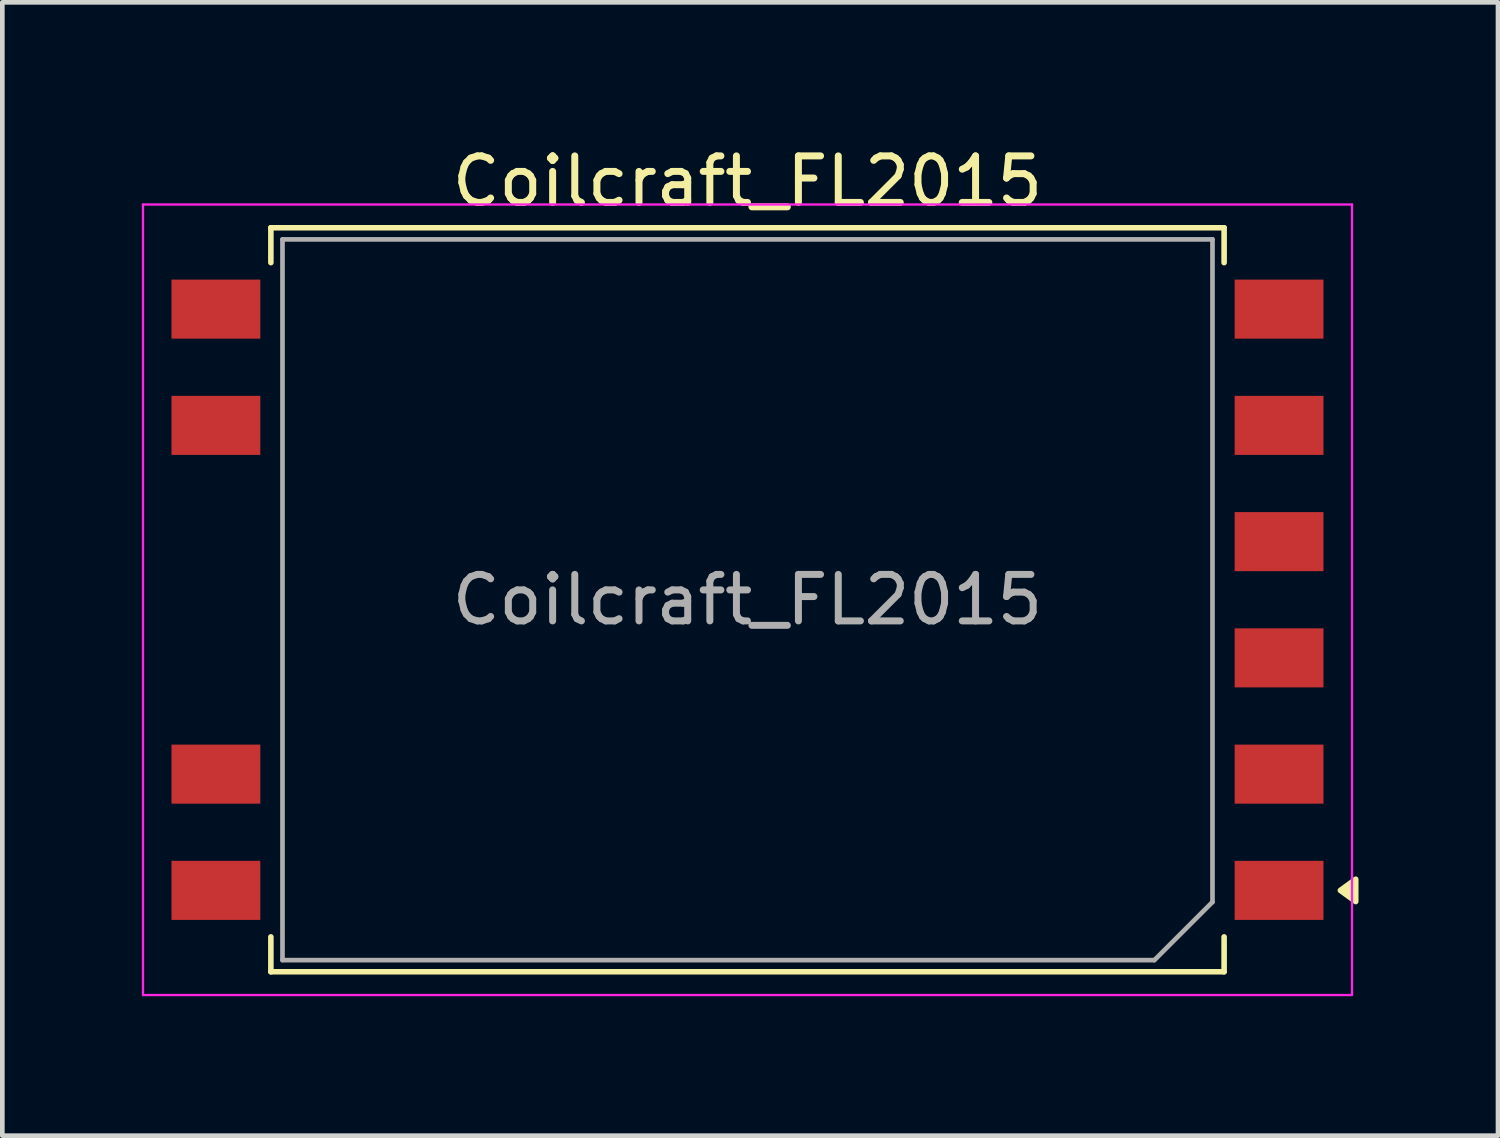
<source format=kicad_pcb>
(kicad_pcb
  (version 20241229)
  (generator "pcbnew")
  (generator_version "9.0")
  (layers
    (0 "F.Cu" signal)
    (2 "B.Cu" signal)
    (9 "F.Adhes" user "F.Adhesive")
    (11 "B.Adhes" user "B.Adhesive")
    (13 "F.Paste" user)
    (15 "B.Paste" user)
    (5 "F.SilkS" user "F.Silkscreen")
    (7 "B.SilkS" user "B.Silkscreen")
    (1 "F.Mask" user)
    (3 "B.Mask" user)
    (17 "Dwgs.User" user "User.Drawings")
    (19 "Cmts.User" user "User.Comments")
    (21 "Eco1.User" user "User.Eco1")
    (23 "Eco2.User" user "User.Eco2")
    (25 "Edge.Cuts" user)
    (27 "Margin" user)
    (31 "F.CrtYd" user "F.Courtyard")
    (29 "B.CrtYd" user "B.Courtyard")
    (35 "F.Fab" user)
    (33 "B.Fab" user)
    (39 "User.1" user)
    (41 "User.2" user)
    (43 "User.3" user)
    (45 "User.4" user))
  (footprint "Coilcraft_FL2015"
    (layer "F.Cu")
    (at 13.025 9.848)
    (property "Reference" "Coilcraft_FL2015" (at 0 -9 0) (layer "F.SilkS") (effects (font (size 1 1) (thickness 0.15))))
    (attr smd)
    (fp_line (start -10.25 -8) (end 10.25 -8) (stroke (width 0.12) (type solid)) (layer "F.SilkS"))
    (fp_line (start -10.25 -7.25) (end -10.25 -8) (stroke (width 0.12) (type solid)) (layer "F.SilkS"))
    (fp_line (start -10.25 7.25) (end -10.25 8) (stroke (width 0.12) (type solid)) (layer "F.SilkS"))
    (fp_line (start -10.25 8) (end 10.25 8) (stroke (width 0.12) (type solid)) (layer "F.SilkS"))
    (fp_line (start 10.25 -7.25) (end 10.25 -8) (stroke (width 0.12) (type solid)) (layer "F.SilkS"))
    (fp_line (start 10.25 7.25) (end 10.25 8) (stroke (width 0.12) (type solid)) (layer "F.SilkS"))
    (fp_poly (pts (xy 12.75 6.25) (xy 13.08 6.01) (xy 13.08 6.49) (xy 12.75 6.25)) (stroke (width 0.12) (type solid)) (fill yes) (layer "F.SilkS"))
    (fp_line (start -13 -8.5) (end 13 -8.5) (stroke (width 0.05) (type solid)) (layer "F.CrtYd"))
    (fp_line (start -13 8.5) (end -13 -8.5) (stroke (width 0.05) (type solid)) (layer "F.CrtYd"))
    (fp_line (start -13 8.5) (end 13 8.5) (stroke (width 0.05) (type solid)) (layer "F.CrtYd"))
    (fp_line (start 13 -8.5) (end 13 8.5) (stroke (width 0.05) (type solid)) (layer "F.CrtYd"))
    (fp_line (start -10 -7.75) (end 10 -7.75) (stroke (width 0.1) (type solid)) (layer "F.Fab"))
    (fp_line (start -10 7.75) (end -10 -7.75) (stroke (width 0.1) (type solid)) (layer "F.Fab"))
    (fp_line (start 8.75 7.75) (end -10 7.75) (stroke (width 0.1) (type solid)) (layer "F.Fab"))
    (fp_line (start 10 -7.75) (end 10 6.5) (stroke (width 0.1) (type solid)) (layer "F.Fab"))
    (fp_line (start 10 6.5) (end 8.75 7.75) (stroke (width 0.1) (type solid)) (layer "F.Fab"))
    (fp_text user "${REFERENCE}" (at 0 0 0) (layer "F.Fab") (effects (font (size 1 1) (thickness 0.15))))
    (pad "1" smd rect (at 11.432 6.25) (size 1.91 1.27) (layers "F.Cu" "F.Mask" "F.Paste"))
    (pad "2" smd rect (at 11.432 3.75) (size 1.91 1.27) (layers "F.Cu" "F.Mask" "F.Paste"))
    (pad "3" smd rect (at 11.432 1.25) (size 1.91 1.27) (layers "F.Cu" "F.Mask" "F.Paste"))
    (pad "4" smd rect (at 11.432 -1.25) (size 1.91 1.27) (layers "F.Cu" "F.Mask" "F.Paste"))
    (pad "5" smd rect (at 11.432 -3.75) (size 1.91 1.27) (layers "F.Cu" "F.Mask" "F.Paste"))
    (pad "6" smd rect (at 11.432 -6.25) (size 1.91 1.27) (layers "F.Cu" "F.Mask" "F.Paste"))
    (pad "7" smd rect (at -11.432 -6.25) (size 1.91 1.27) (layers "F.Cu" "F.Mask" "F.Paste"))
    (pad "8" smd rect (at -11.432 -3.75) (size 1.91 1.27) (layers "F.Cu" "F.Mask" "F.Paste"))
    (pad "9" smd rect (at -11.432 3.75) (size 1.91 1.27) (layers "F.Cu" "F.Mask" "F.Paste"))
    (pad "10" smd rect (at -11.432 6.25) (size 1.91 1.27) (layers "F.Cu" "F.Mask" "F.Paste")))
  (gr_rect
    (start -3 -3)
    (end 29.165 21.373)
    (stroke (width 0.1) (type default))
    (fill no)
    (layer "Edge.Cuts")))
</source>
